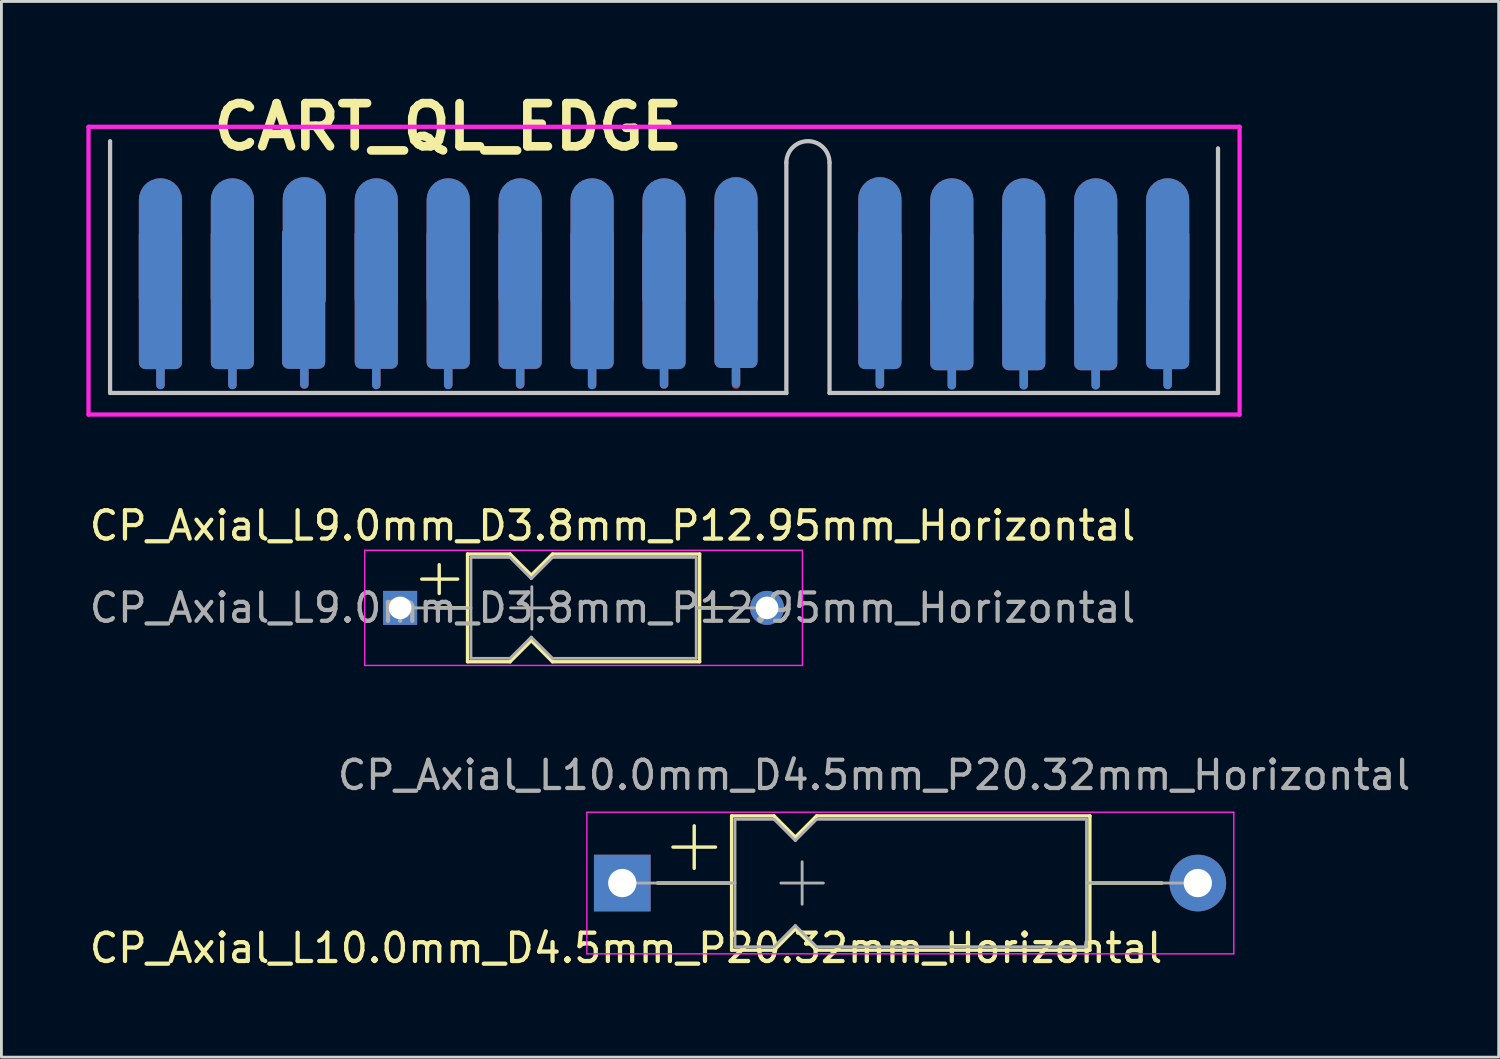
<source format=kicad_pcb>
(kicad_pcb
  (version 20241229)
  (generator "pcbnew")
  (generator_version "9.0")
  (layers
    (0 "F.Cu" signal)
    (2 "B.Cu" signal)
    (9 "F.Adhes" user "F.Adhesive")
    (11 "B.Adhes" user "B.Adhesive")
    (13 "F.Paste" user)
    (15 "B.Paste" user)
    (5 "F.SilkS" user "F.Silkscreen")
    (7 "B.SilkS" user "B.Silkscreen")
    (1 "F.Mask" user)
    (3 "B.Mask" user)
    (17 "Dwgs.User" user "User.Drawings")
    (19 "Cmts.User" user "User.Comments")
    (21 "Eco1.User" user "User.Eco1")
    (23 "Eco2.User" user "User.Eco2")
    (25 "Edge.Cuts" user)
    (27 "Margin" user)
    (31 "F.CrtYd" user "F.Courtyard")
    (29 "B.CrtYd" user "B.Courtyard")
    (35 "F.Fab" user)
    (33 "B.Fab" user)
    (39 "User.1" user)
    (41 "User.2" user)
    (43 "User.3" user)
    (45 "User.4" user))
  (footprint "CART_QL_EDGE"
    (layer "F.Cu")
    (at 12.775 6.506)
    (property "Reference" "CART_QL_EDGE" (at 0 -5.08 0) (layer "F.SilkS") (effects (font (size 1.524 1.524) (thickness 0.305))))
    (attr through_hole)
    (fp_line (start -10.16 4.024) (end -10.16 3.516) (stroke (width 0.3) (type solid)) (layer "F.Cu"))
    (fp_line (start -7.62 4.024) (end -7.62 3.516) (stroke (width 0.3) (type solid)) (layer "F.Cu"))
    (fp_line (start -5.08 4.024) (end -5.08 3.516) (stroke (width 0.3) (type solid)) (layer "F.Cu"))
    (fp_line (start -2.54 4.024) (end -2.54 3.516) (stroke (width 0.3) (type solid)) (layer "F.Cu"))
    (fp_line (start 0 4.024) (end 0 3.516) (stroke (width 0.3) (type solid)) (layer "F.Cu"))
    (fp_line (start 2.54 4.024) (end 2.54 3.516) (stroke (width 0.3) (type solid)) (layer "F.Cu"))
    (fp_line (start 5.08 4.024) (end 5.08 3.516) (stroke (width 0.3) (type solid)) (layer "F.Cu"))
    (fp_line (start 7.62 4.024) (end 7.62 3.516) (stroke (width 0.3) (type solid)) (layer "F.Cu"))
    (fp_line (start 10.16 4.024) (end 10.16 3.516) (stroke (width 0.3) (type solid)) (layer "F.Cu"))
    (fp_line (start 15.24 4.024) (end 15.24 3.516) (stroke (width 0.3) (type solid)) (layer "F.Cu"))
    (fp_line (start 17.78 4.024) (end 17.78 3.516) (stroke (width 0.3) (type solid)) (layer "F.Cu"))
    (fp_line (start 20.32 4.024) (end 20.32 3.516) (stroke (width 0.3) (type solid)) (layer "F.Cu"))
    (fp_line (start 22.86 4.024) (end 22.86 3.516) (stroke (width 0.3) (type solid)) (layer "F.Cu"))
    (fp_line (start 25.4 4.024) (end 25.4 3.516) (stroke (width 0.3) (type solid)) (layer "F.Cu"))
    (fp_poly (pts (xy 27.178 4.318) (xy 27.178 -3.81) (xy -11.938 -3.81) (xy -11.938 4.318)) (stroke (width 0.15) (type solid)) (fill yes) (layer "F.Mask"))
    (fp_line (start -10.16 4.039) (end -10.16 3.429) (stroke (width 0.3) (type solid)) (layer "B.Cu"))
    (fp_line (start -7.62 4.039) (end -7.62 3.429) (stroke (width 0.3) (type solid)) (layer "B.Cu"))
    (fp_line (start -5.08 4.013) (end -5.08 3.404) (stroke (width 0.3) (type solid)) (layer "B.Cu"))
    (fp_line (start -2.54 4.039) (end -2.54 3.429) (stroke (width 0.3) (type solid)) (layer "B.Cu"))
    (fp_line (start 0 4.039) (end 0 3.404) (stroke (width 0.3) (type solid)) (layer "B.Cu"))
    (fp_line (start 2.54 4.013) (end 2.54 3.404) (stroke (width 0.3) (type solid)) (layer "B.Cu"))
    (fp_line (start 5.08 4.039) (end 5.08 3.429) (stroke (width 0.3) (type solid)) (layer "B.Cu"))
    (fp_line (start 7.62 4.013) (end 7.62 3.404) (stroke (width 0.3) (type solid)) (layer "B.Cu"))
    (fp_line (start 10.16 3.973) (end 10.16 3.389) (stroke (width 0.3) (type solid)) (layer "B.Cu"))
    (fp_line (start 15.24 4.013) (end 15.24 3.429) (stroke (width 0.3) (type solid)) (layer "B.Cu"))
    (fp_line (start 17.78 4.053) (end 17.78 3.516) (stroke (width 0.3) (type solid)) (layer "B.Cu"))
    (fp_line (start 20.32 4.053) (end 20.32 3.516) (stroke (width 0.3) (type solid)) (layer "B.Cu"))
    (fp_line (start 22.86 4.053) (end 22.86 3.469) (stroke (width 0.3) (type solid)) (layer "B.Cu"))
    (fp_line (start 25.4 4.039) (end 25.4 3.429) (stroke (width 0.3) (type solid)) (layer "B.Cu"))
    (fp_poly (pts (xy 27.178 -3.81) (xy 27.178 4.318) (xy -11.938 4.318) (xy -11.938 -3.81)) (stroke (width 0.15) (type solid)) (fill yes) (layer "B.Mask"))
    (fp_line (start -11.938 -4.572) (end -11.938 4.318) (stroke (width 0.15) (type solid)) (layer "Dwgs.User"))
    (fp_line (start -11.938 4.318) (end 11.938 4.318) (stroke (width 0.15) (type solid)) (layer "Dwgs.User"))
    (fp_line (start 11.938 4.318) (end 11.938 -3.81) (stroke (width 0.15) (type solid)) (layer "Dwgs.User"))
    (fp_line (start 13.462 -3.81) (end 13.462 4.318) (stroke (width 0.15) (type solid)) (layer "Dwgs.User"))
    (fp_line (start 13.462 4.318) (end 27.178 4.318) (stroke (width 0.15) (type solid)) (layer "Dwgs.User"))
    (fp_line (start 27.178 4.318) (end 27.178 -4.318) (stroke (width 0.15) (type solid)) (layer "Dwgs.User"))
    (fp_arc (start 11.938 -3.81) (mid 12.7 -4.572) (end 13.462 -3.81) (stroke (width 0.15) (type solid)) (layer "Dwgs.User"))
    (fp_line (start -12.7 -5.08) (end -12.7 5.08) (stroke (width 0.15) (type solid)) (layer "F.CrtYd"))
    (fp_line (start -12.7 5.08) (end 27.94 5.08) (stroke (width 0.15) (type solid)) (layer "F.CrtYd"))
    (fp_line (start 27.94 -5.08) (end -12.7 -5.08) (stroke (width 0.15) (type solid)) (layer "F.CrtYd"))
    (fp_line (start 27.94 5.08) (end 27.94 -5.08) (stroke (width 0.15) (type solid)) (layer "F.CrtYd"))
    (pad "1" connect roundrect (at 25.4 -0.762) (size 1.524 5) (layers "F.Cu") (roundrect_rratio 0.5))
    (pad "1" connect roundrect (at 25.4 0.976) (size 1.524 5) (layers "F.Cu") (roundrect_rratio 0.15))
    (pad "2" connect roundrect (at 25.4 -0.762) (size 1.524 5) (layers "B.Cu") (roundrect_rratio 0.5))
    (pad "2" connect roundrect (at 25.4 0.976) (size 1.524 5) (layers "B.Cu") (roundrect_rratio 0.15))
    (pad "3" connect roundrect (at 22.86 -0.762) (size 1.524 5) (layers "F.Cu") (roundrect_rratio 0.5))
    (pad "3" connect roundrect (at 22.86 1.016) (size 1.524 5) (layers "F.Cu") (roundrect_rratio 0.15))
    (pad "4" connect roundrect (at 22.86 -0.762) (size 1.524 5) (layers "B.Cu") (roundrect_rratio 0.5))
    (pad "4" connect roundrect (at 22.86 1.016) (size 1.524 5) (layers "B.Cu") (roundrect_rratio 0.15))
    (pad "5" connect roundrect (at 20.32 -0.762) (size 1.524 5) (layers "F.Cu") (roundrect_rratio 0.5))
    (pad "5" connect roundrect (at 20.32 1.016) (size 1.524 5) (layers "F.Cu") (roundrect_rratio 0.15))
    (pad "6" connect roundrect (at 20.32 -0.762) (size 1.524 5) (layers "B.Cu") (roundrect_rratio 0.5))
    (pad "6" connect roundrect (at 20.32 1.016) (size 1.524 5) (layers "B.Cu") (roundrect_rratio 0.15))
    (pad "7" connect roundrect (at 17.78 -0.762) (size 1.524 5) (layers "F.Cu") (roundrect_rratio 0.5))
    (pad "7" connect roundrect (at 17.78 1.016) (size 1.524 5) (layers "F.Cu") (roundrect_rratio 0.15))
    (pad "8" connect roundrect (at 17.78 -0.762) (size 1.524 5) (layers "B.Cu") (roundrect_rratio 0.5))
    (pad "8" connect roundrect (at 17.78 1.016) (size 1.524 5) (layers "B.Cu") (roundrect_rratio 0.15))
    (pad "9" connect roundrect (at 15.24 -0.802) (size 1.524 5) (layers "F.Cu") (roundrect_rratio 0.5))
    (pad "9" connect roundrect (at 15.24 0.976) (size 1.524 5) (layers "F.Cu") (roundrect_rratio 0.15))
    (pad "10" connect roundrect (at 15.24 -0.802) (size 1.524 5) (layers "B.Cu") (roundrect_rratio 0.5))
    (pad "10" connect roundrect (at 15.24 0.976) (size 1.524 5) (layers "B.Cu") (roundrect_rratio 0.15))
    (pad "11" connect roundrect (at 10.16 -0.802) (size 1.524 5) (layers "F.Cu") (roundrect_rratio 0.5))
    (pad "11" connect roundrect (at 10.16 0.936) (size 1.524 5) (layers "F.Cu") (roundrect_rratio 0.15))
    (pad "12" connect roundrect (at 10.16 -0.802) (size 1.524 5) (layers "B.Cu") (roundrect_rratio 0.5))
    (pad "12" connect roundrect (at 10.16 0.936) (size 1.524 5) (layers "B.Cu") (roundrect_rratio 0.15))
    (pad "13" connect roundrect (at 7.62 -0.762) (size 1.524 5) (layers "F.Cu") (roundrect_rratio 0.5))
    (pad "13" connect roundrect (at 7.62 0.976) (size 1.524 5) (layers "F.Cu") (roundrect_rratio 0.15))
    (pad "14" connect roundrect (at 7.62 -0.762) (size 1.524 5) (layers "B.Cu") (roundrect_rratio 0.5))
    (pad "14" connect roundrect (at 7.62 0.976) (size 1.524 5) (layers "B.Cu") (roundrect_rratio 0.15))
    (pad "15" connect roundrect (at 5.08 -0.762) (size 1.524 5) (layers "F.Cu") (roundrect_rratio 0.5))
    (pad "15" connect roundrect (at 5.08 0.976) (size 1.524 5) (layers "F.Cu") (roundrect_rratio 0.15))
    (pad "16" connect roundrect (at 5.08 -0.762) (size 1.524 5) (layers "B.Cu") (roundrect_rratio 0.5))
    (pad "16" connect roundrect (at 5.08 0.976) (size 1.524 5) (layers "B.Cu") (roundrect_rratio 0.15))
    (pad "17" connect roundrect (at 2.54 -0.762) (size 1.524 5) (layers "F.Cu") (roundrect_rratio 0.5))
    (pad "17" connect roundrect (at 2.54 0.976) (size 1.524 5) (layers "F.Cu") (roundrect_rratio 0.15))
    (pad "18" connect roundrect (at 2.54 -0.762) (size 1.524 5) (layers "B.Cu") (roundrect_rratio 0.5))
    (pad "18" connect roundrect (at 2.54 0.965) (size 1.524 5) (layers "B.Cu") (roundrect_rratio 0.15))
    (pad "19" connect roundrect (at 0 -0.762) (size 1.524 5) (layers "F.Cu") (roundrect_rratio 0.5))
    (pad "19" connect roundrect (at 0 0.976) (size 1.524 5) (layers "F.Cu") (roundrect_rratio 0.15))
    (pad "20" connect roundrect (at 0 -0.762) (size 1.524 5) (layers "B.Cu") (roundrect_rratio 0.5))
    (pad "20" connect roundrect (at 0 0.965) (size 1.524 5) (layers "B.Cu") (roundrect_rratio 0.15))
    (pad "21" connect roundrect (at -2.54 -0.762) (size 1.524 5) (layers "F.Cu") (roundrect_rratio 0.5))
    (pad "21" connect roundrect (at -2.54 0.965) (size 1.524 5) (layers "F.Cu") (roundrect_rratio 0.15))
    (pad "22" connect roundrect (at -2.54 -0.762) (size 1.524 5) (layers "B.Cu") (roundrect_rratio 0.5))
    (pad "22" connect roundrect (at -2.54 0.965) (size 1.524 5) (layers "B.Cu") (roundrect_rratio 0.15))
    (pad "23" connect roundrect (at -5.105 0.965) (size 1.524 5) (layers "F.Cu") (roundrect_rratio 0.15))
    (pad "23" connect roundrect (at -5.08 -0.802) (size 1.524 5) (layers "F.Cu") (roundrect_rratio 0.5))
    (pad "24" connect roundrect (at -5.105 0.965) (size 1.524 5) (layers "B.Cu") (roundrect_rratio 0.15))
    (pad "24" connect roundrect (at -5.08 -0.802) (size 1.524 5) (layers "B.Cu") (roundrect_rratio 0.5))
    (pad "25" connect roundrect (at -7.62 -0.762) (size 1.524 5) (layers "F.Cu") (roundrect_rratio 0.5))
    (pad "25" connect roundrect (at -7.62 0.976) (size 1.524 5) (layers "F.Cu") (roundrect_rratio 0.15))
    (pad "26" connect roundrect (at -7.62 -0.762) (size 1.524 5) (layers "B.Cu") (roundrect_rratio 0.5))
    (pad "26" connect roundrect (at -7.62 0.976) (size 1.524 5) (layers "B.Cu") (roundrect_rratio 0.15))
    (pad "27" connect roundrect (at -10.16 -0.762) (size 1.524 5) (layers "F.Cu") (roundrect_rratio 0.5))
    (pad "27" connect roundrect (at -10.16 0.976) (size 1.524 5) (layers "F.Cu") (roundrect_rratio 0.15))
    (pad "28" connect roundrect (at -10.16 -0.762) (size 1.524 5) (layers "B.Cu") (roundrect_rratio 0.5))
    (pad "28" connect roundrect (at -10.16 0.976) (size 1.524 5) (layers "B.Cu") (roundrect_rratio 0.15)))
  (footprint "CP_Axial_L10.0mm_D4.5mm_P20.32mm_Horizontal"
    (layer "F.Cu")
    (at 18.92 28.127)
    (property "Reference" "CP_Axial_L10.0mm_D4.5mm_P20.32mm_Horizontal" (at 0.134 2.297 180) (layer "F.SilkS") (effects (font (size 1 1) (thickness 0.15))))
    (attr through_hole)
    (fp_line (start 1.24 0) (end 3.86 0) (stroke (width 0.12) (type solid)) (layer "F.SilkS"))
    (fp_line (start 1.79 -1.27) (end 3.29 -1.27) (stroke (width 0.12) (type solid)) (layer "F.SilkS"))
    (fp_line (start 2.54 -2.02) (end 2.54 -0.52) (stroke (width 0.12) (type solid)) (layer "F.SilkS"))
    (fp_line (start 3.86 -2.37) (end 3.86 2.37) (stroke (width 0.12) (type solid)) (layer "F.SilkS"))
    (fp_line (start 3.86 -2.37) (end 5.36 -2.37) (stroke (width 0.12) (type solid)) (layer "F.SilkS"))
    (fp_line (start 3.86 2.37) (end 5.36 2.37) (stroke (width 0.12) (type solid)) (layer "F.SilkS"))
    (fp_line (start 5.36 -2.37) (end 6.11 -1.62) (stroke (width 0.12) (type solid)) (layer "F.SilkS"))
    (fp_line (start 5.36 2.37) (end 6.11 1.62) (stroke (width 0.12) (type solid)) (layer "F.SilkS"))
    (fp_line (start 6.11 -1.62) (end 6.86 -2.37) (stroke (width 0.12) (type solid)) (layer "F.SilkS"))
    (fp_line (start 6.11 1.62) (end 6.86 2.37) (stroke (width 0.12) (type solid)) (layer "F.SilkS"))
    (fp_line (start 6.86 -2.37) (end 16.51 -2.37) (stroke (width 0.12) (type solid)) (layer "F.SilkS"))
    (fp_line (start 6.86 2.37) (end 16.51 2.37) (stroke (width 0.12) (type solid)) (layer "F.SilkS"))
    (fp_line (start 16.51 -2.37) (end 16.51 2.37) (stroke (width 0.12) (type solid)) (layer "F.SilkS"))
    (fp_line (start 19.05 0) (end 16.51 0) (stroke (width 0.12) (type solid)) (layer "F.SilkS"))
    (fp_line (start -1.25 -2.5) (end -1.25 2.5) (stroke (width 0.05) (type solid)) (layer "F.CrtYd"))
    (fp_line (start -1.25 2.5) (end 21.59 2.5) (stroke (width 0.05) (type solid)) (layer "F.CrtYd"))
    (fp_line (start 21.59 -2.5) (end -1.25 -2.5) (stroke (width 0.05) (type solid)) (layer "F.CrtYd"))
    (fp_line (start 21.59 2.5) (end 21.59 -2.5) (stroke (width 0.05) (type solid)) (layer "F.CrtYd"))
    (fp_line (start 0 0) (end 3.98 0) (stroke (width 0.1) (type solid)) (layer "F.Fab"))
    (fp_line (start 3.98 -2.25) (end 3.98 2.25) (stroke (width 0.1) (type solid)) (layer "F.Fab"))
    (fp_line (start 3.98 -2.25) (end 5.36 -2.25) (stroke (width 0.1) (type solid)) (layer "F.Fab"))
    (fp_line (start 3.98 2.25) (end 5.36 2.25) (stroke (width 0.1) (type solid)) (layer "F.Fab"))
    (fp_line (start 5.36 -2.25) (end 6.11 -1.5) (stroke (width 0.1) (type solid)) (layer "F.Fab"))
    (fp_line (start 5.36 2.25) (end 6.11 1.5) (stroke (width 0.1) (type solid)) (layer "F.Fab"))
    (fp_line (start 5.6 0) (end 7.1 0) (stroke (width 0.1) (type solid)) (layer "F.Fab"))
    (fp_line (start 6.11 -1.5) (end 6.86 -2.25) (stroke (width 0.1) (type solid)) (layer "F.Fab"))
    (fp_line (start 6.11 1.5) (end 6.86 2.25) (stroke (width 0.1) (type solid)) (layer "F.Fab"))
    (fp_line (start 6.35 -0.75) (end 6.35 0.75) (stroke (width 0.1) (type solid)) (layer "F.Fab"))
    (fp_line (start 6.86 -2.25) (end 16.39 -2.25) (stroke (width 0.1) (type solid)) (layer "F.Fab"))
    (fp_line (start 6.86 2.25) (end 16.39 2.25) (stroke (width 0.1) (type solid)) (layer "F.Fab"))
    (fp_line (start 16.39 -2.25) (end 16.39 2.25) (stroke (width 0.1) (type solid)) (layer "F.Fab"))
    (fp_line (start 20.32 0) (end 16.39 0) (stroke (width 0.1) (type solid)) (layer "F.Fab"))
    (fp_text user "${REFERENCE}" (at 8.89 -3.81 180) (layer "F.Fab") (effects (font (size 1 1) (thickness 0.15))))
    (pad "1" thru_hole rect (at 0 0) (size 2 2) (drill 1) (layers "*.Cu" "*.Mask"))
    (pad "2" thru_hole oval (at 20.32 0) (size 2 2) (drill 1) (layers "*.Cu" "*.Mask")))
  (footprint "CP_Axial_L9.0mm_D3.8mm_P12.95mm_Horizontal"
    (layer "F.Cu")
    (at 11.077 18.412)
    (property "Reference" "CP_Axial_L9.0mm_D3.8mm_P12.95mm_Horizontal" (at 7.5 -2.902 0) (layer "F.SilkS") (effects (font (size 1 1) (thickness 0.15))))
    (attr through_hole)
    (fp_line (start 0.762 -1.016) (end 2.032 -1.016) (stroke (width 0.12) (type solid)) (layer "F.SilkS"))
    (fp_line (start 1.24 0) (end 2.38 0) (stroke (width 0.12) (type solid)) (layer "F.SilkS"))
    (fp_line (start 1.38 -1.524) (end 1.38 -0.508) (stroke (width 0.12) (type solid)) (layer "F.SilkS"))
    (fp_line (start 2.38 -1.902) (end 2.38 1.902) (stroke (width 0.12) (type solid)) (layer "F.SilkS"))
    (fp_line (start 2.38 -1.902) (end 3.88 -1.902) (stroke (width 0.12) (type solid)) (layer "F.SilkS"))
    (fp_line (start 2.38 1.902) (end 3.88 1.902) (stroke (width 0.12) (type solid)) (layer "F.SilkS"))
    (fp_line (start 3.88 -1.902) (end 4.63 -1.152) (stroke (width 0.12) (type solid)) (layer "F.SilkS"))
    (fp_line (start 3.88 1.902) (end 4.63 1.152) (stroke (width 0.12) (type solid)) (layer "F.SilkS"))
    (fp_line (start 4.63 -1.152) (end 5.38 -1.902) (stroke (width 0.12) (type solid)) (layer "F.SilkS"))
    (fp_line (start 4.63 1.152) (end 5.38 1.902) (stroke (width 0.12) (type solid)) (layer "F.SilkS"))
    (fp_line (start 5.38 -1.902) (end 10.574 -1.902) (stroke (width 0.12) (type solid)) (layer "F.SilkS"))
    (fp_line (start 5.38 1.902) (end 10.574 1.902) (stroke (width 0.12) (type solid)) (layer "F.SilkS"))
    (fp_line (start 10.574 -1.902) (end 10.574 1.902) (stroke (width 0.12) (type solid)) (layer "F.SilkS"))
    (fp_line (start 11.714 0) (end 10.574 0) (stroke (width 0.12) (type solid)) (layer "F.SilkS"))
    (fp_line (start -1.25 -2.032) (end -1.25 2.032) (stroke (width 0.05) (type solid)) (layer "F.CrtYd"))
    (fp_line (start -1.25 2.032) (end 14.204 2.032) (stroke (width 0.05) (type solid)) (layer "F.CrtYd"))
    (fp_line (start 14.204 -2.032) (end -1.25 -2.032) (stroke (width 0.05) (type solid)) (layer "F.CrtYd"))
    (fp_line (start 14.204 2.032) (end 14.204 -2.032) (stroke (width 0.05) (type solid)) (layer "F.CrtYd"))
    (fp_line (start 0 0) (end 2.5 0) (stroke (width 0.1) (type solid)) (layer "F.Fab"))
    (fp_line (start 2.5 -1.782) (end 2.5 1.778) (stroke (width 0.1) (type solid)) (layer "F.Fab"))
    (fp_line (start 2.5 -1.782) (end 3.88 -1.782) (stroke (width 0.1) (type solid)) (layer "F.Fab"))
    (fp_line (start 2.5 1.782) (end 3.88 1.782) (stroke (width 0.1) (type solid)) (layer "F.Fab"))
    (fp_line (start 3.88 -1.782) (end 4.63 -1.032) (stroke (width 0.1) (type solid)) (layer "F.Fab"))
    (fp_line (start 3.88 1.782) (end 4.63 1.032) (stroke (width 0.1) (type solid)) (layer "F.Fab"))
    (fp_line (start 3.9 0) (end 5.4 0) (stroke (width 0.1) (type solid)) (layer "F.Fab"))
    (fp_line (start 4.63 -1.032) (end 5.38 -1.782) (stroke (width 0.1) (type solid)) (layer "F.Fab"))
    (fp_line (start 4.63 1.032) (end 5.38 1.782) (stroke (width 0.1) (type solid)) (layer "F.Fab"))
    (fp_line (start 4.65 -0.75) (end 4.65 0.75) (stroke (width 0.1) (type solid)) (layer "F.Fab"))
    (fp_line (start 5.38 -1.782) (end 10.454 -1.782) (stroke (width 0.1) (type solid)) (layer "F.Fab"))
    (fp_line (start 5.38 1.782) (end 10.454 1.782) (stroke (width 0.1) (type solid)) (layer "F.Fab"))
    (fp_line (start 10.454 -1.782) (end 10.454 1.778) (stroke (width 0.1) (type solid)) (layer "F.Fab"))
    (fp_line (start 12.954 0) (end 10.454 0) (stroke (width 0.1) (type solid)) (layer "F.Fab"))
    (fp_text user "${REFERENCE}" (at 7.5 0 0) (layer "F.Fab") (effects (font (size 1 1) (thickness 0.15))))
    (pad "1" thru_hole rect (at 0 0) (size 1.2 1.2) (drill 0.8) (layers "*.Cu" "*.Mask"))
    (pad "2" thru_hole circle (at 12.954 0) (size 1.2 1.2) (drill 0.8) (layers "*.Cu" "*.Mask")))
  (gr_rect
    (start -3 -3)
    (end 49.863 34.273)
    (stroke (width 0.1) (type default))
    (fill no)
    (layer "Edge.Cuts")))
</source>
